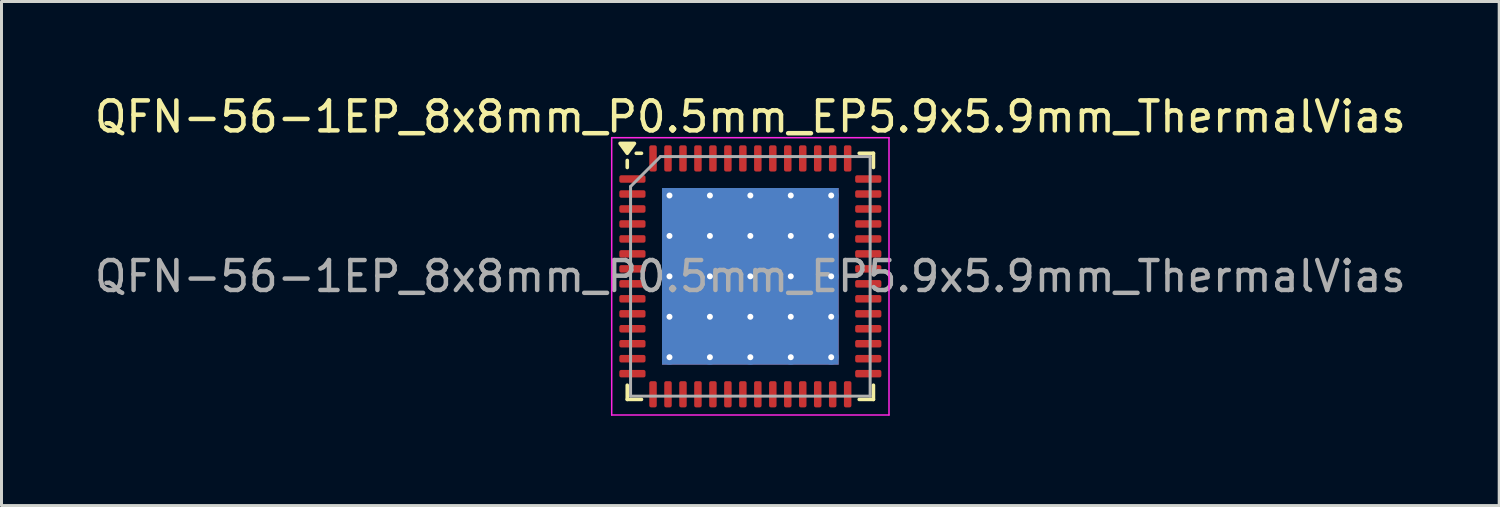
<source format=kicad_pcb>
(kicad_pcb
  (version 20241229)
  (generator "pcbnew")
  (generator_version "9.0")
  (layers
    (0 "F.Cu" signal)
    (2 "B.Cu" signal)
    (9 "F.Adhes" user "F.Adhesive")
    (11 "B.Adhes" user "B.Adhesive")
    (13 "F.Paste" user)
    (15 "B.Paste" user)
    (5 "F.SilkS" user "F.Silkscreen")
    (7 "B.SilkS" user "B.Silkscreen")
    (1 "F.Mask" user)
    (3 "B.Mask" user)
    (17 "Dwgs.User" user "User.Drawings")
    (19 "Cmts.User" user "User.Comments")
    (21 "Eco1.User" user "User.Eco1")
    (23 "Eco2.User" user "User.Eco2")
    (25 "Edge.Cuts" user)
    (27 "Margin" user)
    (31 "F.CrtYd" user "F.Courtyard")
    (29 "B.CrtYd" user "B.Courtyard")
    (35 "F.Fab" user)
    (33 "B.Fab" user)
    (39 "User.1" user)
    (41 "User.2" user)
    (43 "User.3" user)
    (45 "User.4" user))
  (footprint "QFN-56-1EP_8x8mm_P0.5mm_EP5.9x5.9mm_ThermalVias"
    (layer "F.Cu")
    (at 22.006 6.178)
    (property "Reference" "QFN-56-1EP_8x8mm_P0.5mm_EP5.9x5.9mm_ThermalVias" (at 0 -5.33 0) (layer "F.SilkS") (effects (font (size 1 1) (thickness 0.15))))
    (attr smd)
    (fp_line (start -4.11 -3.635) (end -4.11 -3.87) (stroke (width 0.12) (type solid)) (layer "F.SilkS"))
    (fp_line (start -4.11 4.11) (end -4.11 3.635) (stroke (width 0.12) (type solid)) (layer "F.SilkS"))
    (fp_line (start -3.635 -4.11) (end -3.81 -4.11) (stroke (width 0.12) (type solid)) (layer "F.SilkS"))
    (fp_line (start -3.635 4.11) (end -4.11 4.11) (stroke (width 0.12) (type solid)) (layer "F.SilkS"))
    (fp_line (start 3.635 -4.11) (end 4.11 -4.11) (stroke (width 0.12) (type solid)) (layer "F.SilkS"))
    (fp_line (start 3.635 4.11) (end 4.11 4.11) (stroke (width 0.12) (type solid)) (layer "F.SilkS"))
    (fp_line (start 4.11 -4.11) (end 4.11 -3.635) (stroke (width 0.12) (type solid)) (layer "F.SilkS"))
    (fp_line (start 4.11 4.11) (end 4.11 3.635) (stroke (width 0.12) (type solid)) (layer "F.SilkS"))
    (fp_poly (pts (xy -4.11 -4.11) (xy -4.35 -4.44) (xy -3.87 -4.44) (xy -4.11 -4.11)) (stroke (width 0.12) (type solid)) (fill yes) (layer "F.SilkS"))
    (fp_line (start -4.63 -4.63) (end -4.63 4.63) (stroke (width 0.05) (type solid)) (layer "F.CrtYd"))
    (fp_line (start -4.63 4.63) (end 4.63 4.63) (stroke (width 0.05) (type solid)) (layer "F.CrtYd"))
    (fp_line (start 4.63 -4.63) (end -4.63 -4.63) (stroke (width 0.05) (type solid)) (layer "F.CrtYd"))
    (fp_line (start 4.63 4.63) (end 4.63 -4.63) (stroke (width 0.05) (type solid)) (layer "F.CrtYd"))
    (fp_line (start -4 -3) (end -3 -4) (stroke (width 0.1) (type solid)) (layer "F.Fab"))
    (fp_line (start -4 4) (end -4 -3) (stroke (width 0.1) (type solid)) (layer "F.Fab"))
    (fp_line (start -3 -4) (end 4 -4) (stroke (width 0.1) (type solid)) (layer "F.Fab"))
    (fp_line (start 4 -4) (end 4 4) (stroke (width 0.1) (type solid)) (layer "F.Fab"))
    (fp_line (start 4 4) (end -4 4) (stroke (width 0.1) (type solid)) (layer "F.Fab"))
    (fp_text user "${REFERENCE}" (at 0 0 0) (layer "F.Fab") (effects (font (size 1 1) (thickness 0.15))))
    (pad "" smd roundrect (at -2.025 -2.025) (size 1.143 1.143) (layers "F.Paste") (roundrect_rratio 0.219))
    (pad "" smd roundrect (at -2.025 -0.675) (size 1.143 1.143) (layers "F.Paste") (roundrect_rratio 0.219))
    (pad "" smd roundrect (at -2.025 0.675) (size 1.143 1.143) (layers "F.Paste") (roundrect_rratio 0.219))
    (pad "" smd roundrect (at -2.025 2.025) (size 1.143 1.143) (layers "F.Paste") (roundrect_rratio 0.219))
    (pad "" smd roundrect (at -0.675 -2.025) (size 1.143 1.143) (layers "F.Paste") (roundrect_rratio 0.219))
    (pad "" smd roundrect (at -0.675 -0.675) (size 1.143 1.143) (layers "F.Paste") (roundrect_rratio 0.219))
    (pad "" smd roundrect (at -0.675 0.675) (size 1.143 1.143) (layers "F.Paste") (roundrect_rratio 0.219))
    (pad "" smd roundrect (at -0.675 2.025) (size 1.143 1.143) (layers "F.Paste") (roundrect_rratio 0.219))
    (pad "" smd roundrect (at 0.675 -2.025) (size 1.143 1.143) (layers "F.Paste") (roundrect_rratio 0.219))
    (pad "" smd roundrect (at 0.675 -0.675) (size 1.143 1.143) (layers "F.Paste") (roundrect_rratio 0.219))
    (pad "" smd roundrect (at 0.675 0.675) (size 1.143 1.143) (layers "F.Paste") (roundrect_rratio 0.219))
    (pad "" smd roundrect (at 0.675 2.025) (size 1.143 1.143) (layers "F.Paste") (roundrect_rratio 0.219))
    (pad "" smd roundrect (at 2.025 -2.025) (size 1.143 1.143) (layers "F.Paste") (roundrect_rratio 0.219))
    (pad "" smd roundrect (at 2.025 -0.675) (size 1.143 1.143) (layers "F.Paste") (roundrect_rratio 0.219))
    (pad "" smd roundrect (at 2.025 0.675) (size 1.143 1.143) (layers "F.Paste") (roundrect_rratio 0.219))
    (pad "" smd roundrect (at 2.025 2.025) (size 1.143 1.143) (layers "F.Paste") (roundrect_rratio 0.219))
    (pad "1" smd roundrect (at -3.938 -3.25) (size 0.875 0.25) (layers "F.Cu" "F.Mask" "F.Paste") (roundrect_rratio 0.25))
    (pad "2" smd roundrect (at -3.938 -2.75) (size 0.875 0.25) (layers "F.Cu" "F.Mask" "F.Paste") (roundrect_rratio 0.25))
    (pad "3" smd roundrect (at -3.938 -2.25) (size 0.875 0.25) (layers "F.Cu" "F.Mask" "F.Paste") (roundrect_rratio 0.25))
    (pad "4" smd roundrect (at -3.938 -1.75) (size 0.875 0.25) (layers "F.Cu" "F.Mask" "F.Paste") (roundrect_rratio 0.25))
    (pad "5" smd roundrect (at -3.938 -1.25) (size 0.875 0.25) (layers "F.Cu" "F.Mask" "F.Paste") (roundrect_rratio 0.25))
    (pad "6" smd roundrect (at -3.938 -0.75) (size 0.875 0.25) (layers "F.Cu" "F.Mask" "F.Paste") (roundrect_rratio 0.25))
    (pad "7" smd roundrect (at -3.938 -0.25) (size 0.875 0.25) (layers "F.Cu" "F.Mask" "F.Paste") (roundrect_rratio 0.25))
    (pad "8" smd roundrect (at -3.938 0.25) (size 0.875 0.25) (layers "F.Cu" "F.Mask" "F.Paste") (roundrect_rratio 0.25))
    (pad "9" smd roundrect (at -3.938 0.75) (size 0.875 0.25) (layers "F.Cu" "F.Mask" "F.Paste") (roundrect_rratio 0.25))
    (pad "10" smd roundrect (at -3.938 1.25) (size 0.875 0.25) (layers "F.Cu" "F.Mask" "F.Paste") (roundrect_rratio 0.25))
    (pad "11" smd roundrect (at -3.938 1.75) (size 0.875 0.25) (layers "F.Cu" "F.Mask" "F.Paste") (roundrect_rratio 0.25))
    (pad "12" smd roundrect (at -3.938 2.25) (size 0.875 0.25) (layers "F.Cu" "F.Mask" "F.Paste") (roundrect_rratio 0.25))
    (pad "13" smd roundrect (at -3.938 2.75) (size 0.875 0.25) (layers "F.Cu" "F.Mask" "F.Paste") (roundrect_rratio 0.25))
    (pad "14" smd roundrect (at -3.938 3.25) (size 0.875 0.25) (layers "F.Cu" "F.Mask" "F.Paste") (roundrect_rratio 0.25))
    (pad "15" smd roundrect (at -3.25 3.938) (size 0.25 0.875) (layers "F.Cu" "F.Mask" "F.Paste") (roundrect_rratio 0.25))
    (pad "16" smd roundrect (at -2.75 3.938) (size 0.25 0.875) (layers "F.Cu" "F.Mask" "F.Paste") (roundrect_rratio 0.25))
    (pad "17" smd roundrect (at -2.25 3.938) (size 0.25 0.875) (layers "F.Cu" "F.Mask" "F.Paste") (roundrect_rratio 0.25))
    (pad "18" smd roundrect (at -1.75 3.938) (size 0.25 0.875) (layers "F.Cu" "F.Mask" "F.Paste") (roundrect_rratio 0.25))
    (pad "19" smd roundrect (at -1.25 3.938) (size 0.25 0.875) (layers "F.Cu" "F.Mask" "F.Paste") (roundrect_rratio 0.25))
    (pad "20" smd roundrect (at -0.75 3.938) (size 0.25 0.875) (layers "F.Cu" "F.Mask" "F.Paste") (roundrect_rratio 0.25))
    (pad "21" smd roundrect (at -0.25 3.938) (size 0.25 0.875) (layers "F.Cu" "F.Mask" "F.Paste") (roundrect_rratio 0.25))
    (pad "22" smd roundrect (at 0.25 3.938) (size 0.25 0.875) (layers "F.Cu" "F.Mask" "F.Paste") (roundrect_rratio 0.25))
    (pad "23" smd roundrect (at 0.75 3.938) (size 0.25 0.875) (layers "F.Cu" "F.Mask" "F.Paste") (roundrect_rratio 0.25))
    (pad "24" smd roundrect (at 1.25 3.938) (size 0.25 0.875) (layers "F.Cu" "F.Mask" "F.Paste") (roundrect_rratio 0.25))
    (pad "25" smd roundrect (at 1.75 3.938) (size 0.25 0.875) (layers "F.Cu" "F.Mask" "F.Paste") (roundrect_rratio 0.25))
    (pad "26" smd roundrect (at 2.25 3.938) (size 0.25 0.875) (layers "F.Cu" "F.Mask" "F.Paste") (roundrect_rratio 0.25))
    (pad "27" smd roundrect (at 2.75 3.938) (size 0.25 0.875) (layers "F.Cu" "F.Mask" "F.Paste") (roundrect_rratio 0.25))
    (pad "28" smd roundrect (at 3.25 3.938) (size 0.25 0.875) (layers "F.Cu" "F.Mask" "F.Paste") (roundrect_rratio 0.25))
    (pad "29" smd roundrect (at 3.938 3.25) (size 0.875 0.25) (layers "F.Cu" "F.Mask" "F.Paste") (roundrect_rratio 0.25))
    (pad "30" smd roundrect (at 3.938 2.75) (size 0.875 0.25) (layers "F.Cu" "F.Mask" "F.Paste") (roundrect_rratio 0.25))
    (pad "31" smd roundrect (at 3.938 2.25) (size 0.875 0.25) (layers "F.Cu" "F.Mask" "F.Paste") (roundrect_rratio 0.25))
    (pad "32" smd roundrect (at 3.938 1.75) (size 0.875 0.25) (layers "F.Cu" "F.Mask" "F.Paste") (roundrect_rratio 0.25))
    (pad "33" smd roundrect (at 3.938 1.25) (size 0.875 0.25) (layers "F.Cu" "F.Mask" "F.Paste") (roundrect_rratio 0.25))
    (pad "34" smd roundrect (at 3.938 0.75) (size 0.875 0.25) (layers "F.Cu" "F.Mask" "F.Paste") (roundrect_rratio 0.25))
    (pad "35" smd roundrect (at 3.938 0.25) (size 0.875 0.25) (layers "F.Cu" "F.Mask" "F.Paste") (roundrect_rratio 0.25))
    (pad "36" smd roundrect (at 3.938 -0.25) (size 0.875 0.25) (layers "F.Cu" "F.Mask" "F.Paste") (roundrect_rratio 0.25))
    (pad "37" smd roundrect (at 3.938 -0.75) (size 0.875 0.25) (layers "F.Cu" "F.Mask" "F.Paste") (roundrect_rratio 0.25))
    (pad "38" smd roundrect (at 3.938 -1.25) (size 0.875 0.25) (layers "F.Cu" "F.Mask" "F.Paste") (roundrect_rratio 0.25))
    (pad "39" smd roundrect (at 3.938 -1.75) (size 0.875 0.25) (layers "F.Cu" "F.Mask" "F.Paste") (roundrect_rratio 0.25))
    (pad "40" smd roundrect (at 3.938 -2.25) (size 0.875 0.25) (layers "F.Cu" "F.Mask" "F.Paste") (roundrect_rratio 0.25))
    (pad "41" smd roundrect (at 3.938 -2.75) (size 0.875 0.25) (layers "F.Cu" "F.Mask" "F.Paste") (roundrect_rratio 0.25))
    (pad "42" smd roundrect (at 3.938 -3.25) (size 0.875 0.25) (layers "F.Cu" "F.Mask" "F.Paste") (roundrect_rratio 0.25))
    (pad "43" smd roundrect (at 3.25 -3.938) (size 0.25 0.875) (layers "F.Cu" "F.Mask" "F.Paste") (roundrect_rratio 0.25))
    (pad "44" smd roundrect (at 2.75 -3.938) (size 0.25 0.875) (layers "F.Cu" "F.Mask" "F.Paste") (roundrect_rratio 0.25))
    (pad "45" smd roundrect (at 2.25 -3.938) (size 0.25 0.875) (layers "F.Cu" "F.Mask" "F.Paste") (roundrect_rratio 0.25))
    (pad "46" smd roundrect (at 1.75 -3.938) (size 0.25 0.875) (layers "F.Cu" "F.Mask" "F.Paste") (roundrect_rratio 0.25))
    (pad "47" smd roundrect (at 1.25 -3.938) (size 0.25 0.875) (layers "F.Cu" "F.Mask" "F.Paste") (roundrect_rratio 0.25))
    (pad "48" smd roundrect (at 0.75 -3.938) (size 0.25 0.875) (layers "F.Cu" "F.Mask" "F.Paste") (roundrect_rratio 0.25))
    (pad "49" smd roundrect (at 0.25 -3.938) (size 0.25 0.875) (layers "F.Cu" "F.Mask" "F.Paste") (roundrect_rratio 0.25))
    (pad "50" smd roundrect (at -0.25 -3.938) (size 0.25 0.875) (layers "F.Cu" "F.Mask" "F.Paste") (roundrect_rratio 0.25))
    (pad "51" smd roundrect (at -0.75 -3.938) (size 0.25 0.875) (layers "F.Cu" "F.Mask" "F.Paste") (roundrect_rratio 0.25))
    (pad "52" smd roundrect (at -1.25 -3.938) (size 0.25 0.875) (layers "F.Cu" "F.Mask" "F.Paste") (roundrect_rratio 0.25))
    (pad "53" smd roundrect (at -1.75 -3.938) (size 0.25 0.875) (layers "F.Cu" "F.Mask" "F.Paste") (roundrect_rratio 0.25))
    (pad "54" smd roundrect (at -2.25 -3.938) (size 0.25 0.875) (layers "F.Cu" "F.Mask" "F.Paste") (roundrect_rratio 0.25))
    (pad "55" smd roundrect (at -2.75 -3.938) (size 0.25 0.875) (layers "F.Cu" "F.Mask" "F.Paste") (roundrect_rratio 0.25))
    (pad "56" smd roundrect (at -3.25 -3.938) (size 0.25 0.875) (layers "F.Cu" "F.Mask" "F.Paste") (roundrect_rratio 0.25))
    (pad "57" thru_hole circle (at -2.7 -2.7) (size 0.5 0.5) (drill 0.2) (property pad_prop_heatsink) (layers "*.Cu"))
    (pad "57" thru_hole circle (at -2.7 -1.35) (size 0.5 0.5) (drill 0.2) (property pad_prop_heatsink) (layers "*.Cu"))
    (pad "57" thru_hole circle (at -2.7 0) (size 0.5 0.5) (drill 0.2) (property pad_prop_heatsink) (layers "*.Cu"))
    (pad "57" thru_hole circle (at -2.7 1.35) (size 0.5 0.5) (drill 0.2) (property pad_prop_heatsink) (layers "*.Cu"))
    (pad "57" thru_hole circle (at -2.7 2.7) (size 0.5 0.5) (drill 0.2) (property pad_prop_heatsink) (layers "*.Cu"))
    (pad "57" thru_hole circle (at -1.35 -2.7) (size 0.5 0.5) (drill 0.2) (property pad_prop_heatsink) (layers "*.Cu"))
    (pad "57" thru_hole circle (at -1.35 -1.35) (size 0.5 0.5) (drill 0.2) (property pad_prop_heatsink) (layers "*.Cu"))
    (pad "57" thru_hole circle (at -1.35 0) (size 0.5 0.5) (drill 0.2) (property pad_prop_heatsink) (layers "*.Cu"))
    (pad "57" thru_hole circle (at -1.35 1.35) (size 0.5 0.5) (drill 0.2) (property pad_prop_heatsink) (layers "*.Cu"))
    (pad "57" thru_hole circle (at -1.35 2.7) (size 0.5 0.5) (drill 0.2) (property pad_prop_heatsink) (layers "*.Cu"))
    (pad "57" thru_hole circle (at 0 -2.7) (size 0.5 0.5) (drill 0.2) (property pad_prop_heatsink) (layers "*.Cu"))
    (pad "57" thru_hole circle (at 0 -1.35) (size 0.5 0.5) (drill 0.2) (property pad_prop_heatsink) (layers "*.Cu"))
    (pad "57" thru_hole circle (at 0 0) (size 0.5 0.5) (drill 0.2) (property pad_prop_heatsink) (layers "*.Cu"))
    (pad "57" smd rect (at 0 0) (size 5.9 5.9) (property pad_prop_heatsink) (layers "F.Cu" "F.Mask"))
    (pad "57" smd rect (at 0 0) (size 5.9 5.9) (property pad_prop_heatsink) (layers "B.Cu"))
    (pad "57" thru_hole circle (at 0 1.35) (size 0.5 0.5) (drill 0.2) (property pad_prop_heatsink) (layers "*.Cu"))
    (pad "57" thru_hole circle (at 0 2.7) (size 0.5 0.5) (drill 0.2) (property pad_prop_heatsink) (layers "*.Cu"))
    (pad "57" thru_hole circle (at 1.35 -2.7) (size 0.5 0.5) (drill 0.2) (property pad_prop_heatsink) (layers "*.Cu"))
    (pad "57" thru_hole circle (at 1.35 -1.35) (size 0.5 0.5) (drill 0.2) (property pad_prop_heatsink) (layers "*.Cu"))
    (pad "57" thru_hole circle (at 1.35 0) (size 0.5 0.5) (drill 0.2) (property pad_prop_heatsink) (layers "*.Cu"))
    (pad "57" thru_hole circle (at 1.35 1.35) (size 0.5 0.5) (drill 0.2) (property pad_prop_heatsink) (layers "*.Cu"))
    (pad "57" thru_hole circle (at 1.35 2.7) (size 0.5 0.5) (drill 0.2) (property pad_prop_heatsink) (layers "*.Cu"))
    (pad "57" thru_hole circle (at 2.7 -2.7) (size 0.5 0.5) (drill 0.2) (property pad_prop_heatsink) (layers "*.Cu"))
    (pad "57" thru_hole circle (at 2.7 -1.35) (size 0.5 0.5) (drill 0.2) (property pad_prop_heatsink) (layers "*.Cu"))
    (pad "57" thru_hole circle (at 2.7 0) (size 0.5 0.5) (drill 0.2) (property pad_prop_heatsink) (layers "*.Cu"))
    (pad "57" thru_hole circle (at 2.7 1.35) (size 0.5 0.5) (drill 0.2) (property pad_prop_heatsink) (layers "*.Cu"))
    (pad "57" thru_hole circle (at 2.7 2.7) (size 0.5 0.5) (drill 0.2) (property pad_prop_heatsink) (layers "*.Cu")))
  (gr_rect
    (start -3 -3)
    (end 47.012 13.833)
    (stroke (width 0.1) (type default))
    (fill no)
    (layer "Edge.Cuts")))
</source>
